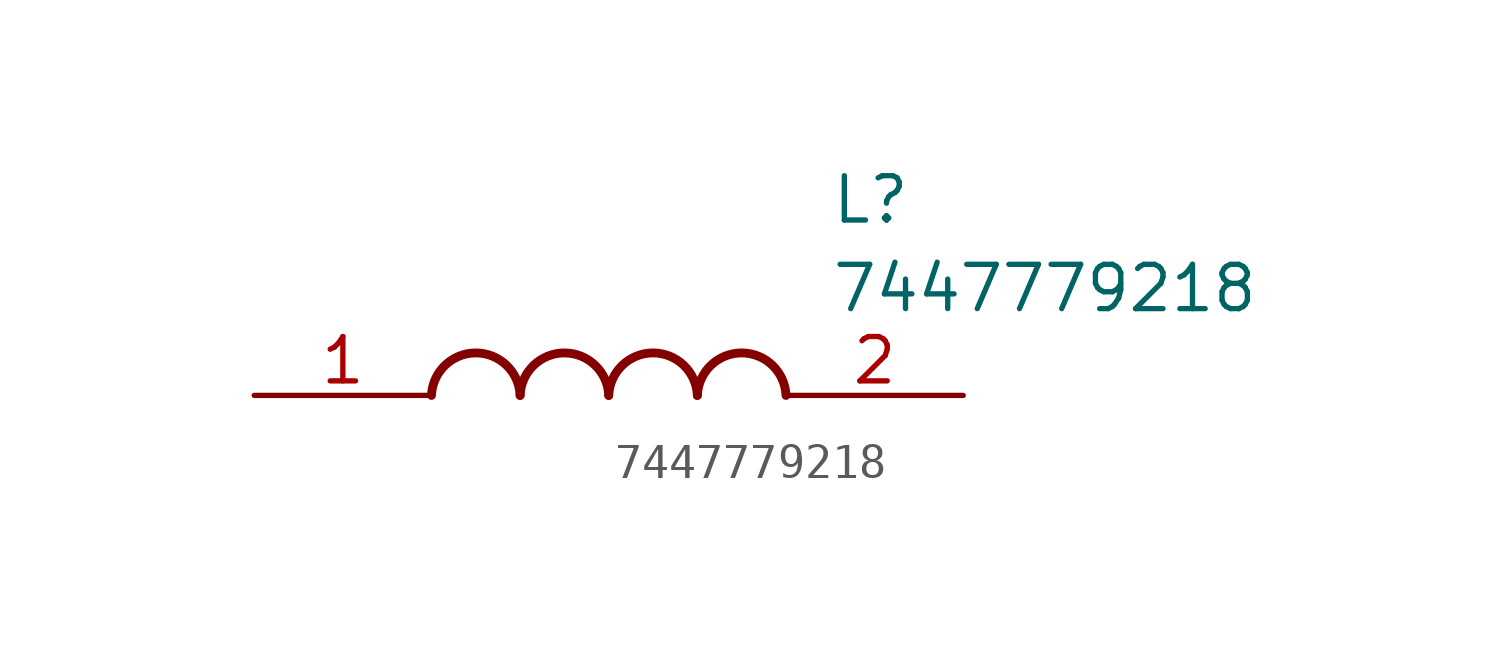
<source format=kicad_sym>
(kicad_symbol_lib
  (version 20211014)
  (generator SamacSys_ECAD_Model)
  (symbol "7447779218"
    (pin_names hide)
    (property "Reference" "L"
      (at 16.51 6.35 0)
      (effects (font (size 1.27 1.27)) (justify left top)))
    (property "Value" "7447779218"
      (at 16.51 3.81 0)
      (effects (font (size 1.27 1.27)) (justify left top)))
    (arc
      (start 7.62 0)
      (mid 6.35 1.219)
      (end 5.08 0)
      (stroke (width 0.254) (type default))
      (fill (type none)))
    (arc
      (start 10.16 0)
      (mid 8.89 1.219)
      (end 7.62 0)
      (stroke (width 0.254) (type default))
      (fill (type none)))
    (arc
      (start 12.7 0)
      (mid 11.43 1.219)
      (end 10.16 0)
      (stroke (width 0.254) (type default))
      (fill (type none)))
    (arc
      (start 15.24 0)
      (mid 13.97 1.219)
      (end 12.7 0)
      (stroke (width 0.254) (type default))
      (fill (type none)))
    (pin passive line
      (at 0 0 0)
      (length 5.08)
      (name "1" (effects (font (size 1.27 1.27))))
      (number "1" (effects (font (size 1.27 1.27)))))
    (pin passive line
      (at 20.32 0 180)
      (length 5.08)
      (name "2" (effects (font (size 1.27 1.27))))
      (number "2" (effects (font (size 1.27 1.27)))))))
</source>
